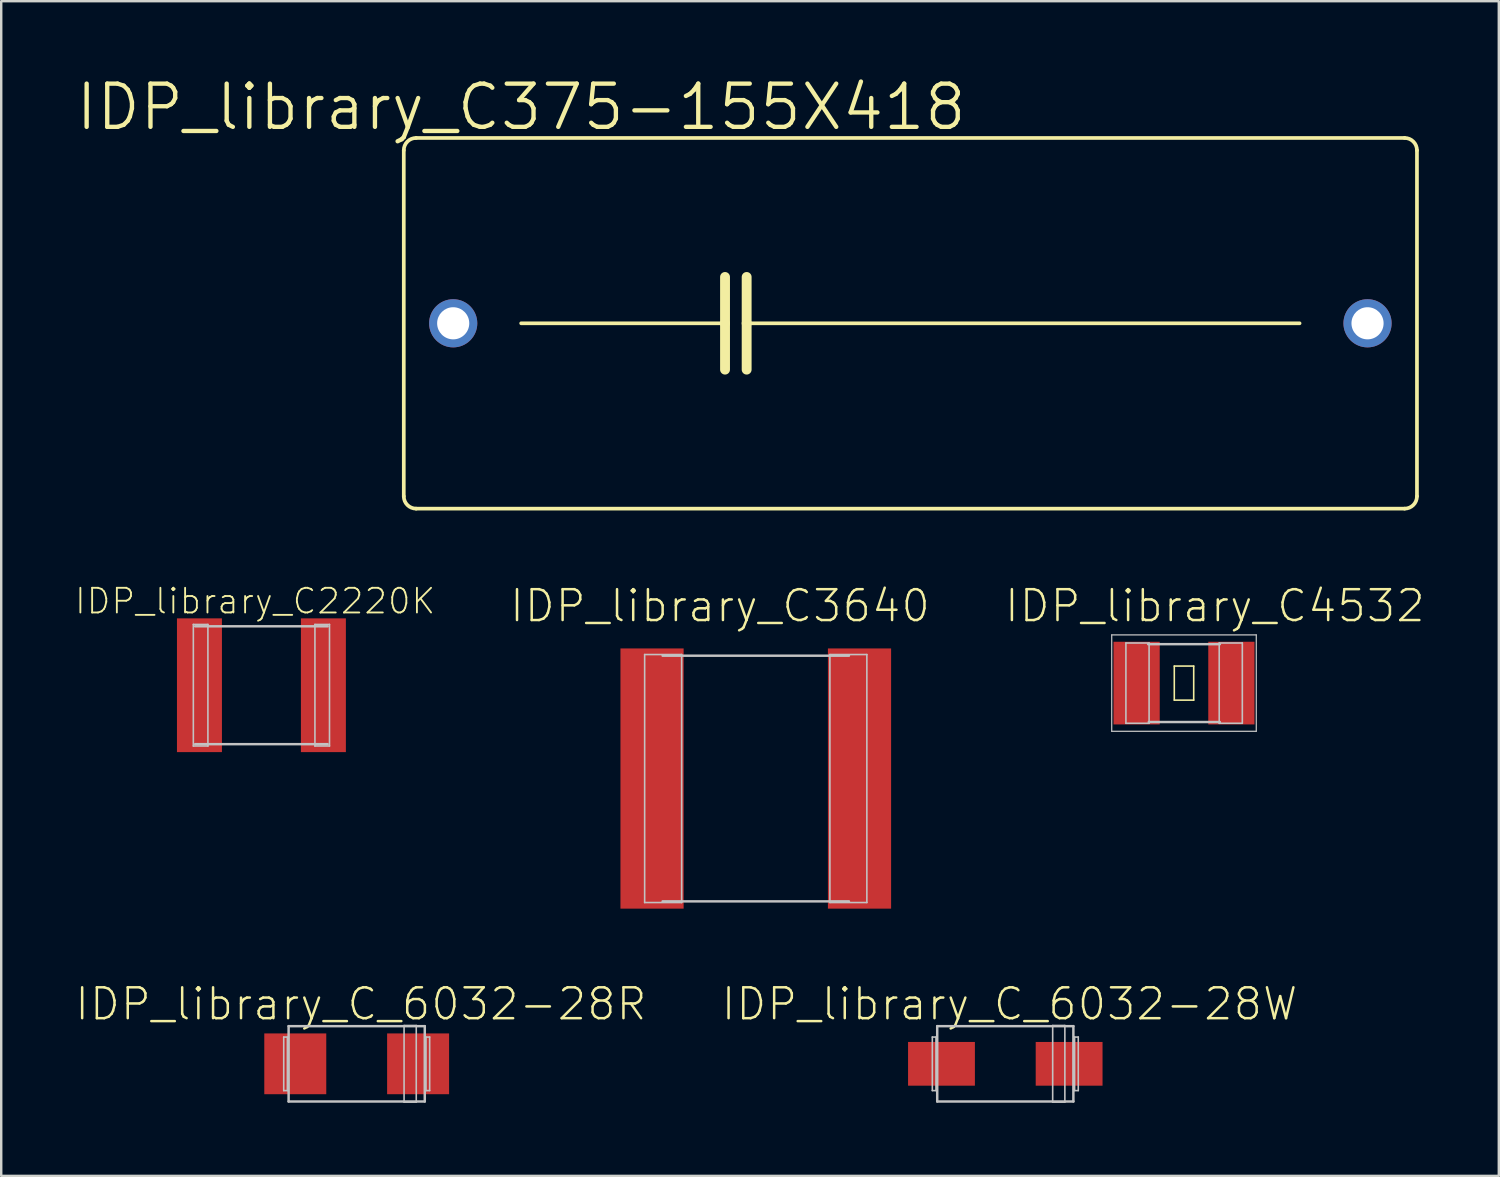
<source format=kicad_pcb>
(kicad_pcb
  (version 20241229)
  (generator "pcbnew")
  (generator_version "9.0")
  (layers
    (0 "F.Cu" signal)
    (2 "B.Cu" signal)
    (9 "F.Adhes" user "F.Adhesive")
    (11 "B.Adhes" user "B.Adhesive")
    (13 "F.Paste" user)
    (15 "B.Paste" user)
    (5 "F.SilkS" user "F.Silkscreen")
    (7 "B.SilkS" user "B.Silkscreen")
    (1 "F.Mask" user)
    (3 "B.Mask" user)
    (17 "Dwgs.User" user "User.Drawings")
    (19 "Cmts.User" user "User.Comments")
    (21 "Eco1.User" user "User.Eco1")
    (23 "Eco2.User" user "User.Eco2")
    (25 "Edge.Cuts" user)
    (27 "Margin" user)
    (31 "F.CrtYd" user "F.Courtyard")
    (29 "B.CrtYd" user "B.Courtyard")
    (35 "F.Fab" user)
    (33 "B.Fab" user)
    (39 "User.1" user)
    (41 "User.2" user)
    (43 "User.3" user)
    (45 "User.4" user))
  (footprint "IDP_library_C2220K"
    (layer "F.Cu")
    (at 7.698 25.123)
    (property "Reference" "IDP_library_C2220K" (at -0.259 -3.457 0) (layer "F.SilkS") (effects (font (size 1.016 1.016) (thickness 0.076))))
    (attr smd)
    (fp_line (start -2.799 -2.499) (end -2.2 -2.499) (stroke (width 0.066) (type solid)) (layer "Dwgs.User"))
    (fp_line (start -2.799 2.499) (end -2.799 -2.499) (stroke (width 0.066) (type solid)) (layer "Dwgs.User"))
    (fp_line (start -2.799 2.499) (end -2.2 2.499) (stroke (width 0.066) (type solid)) (layer "Dwgs.User"))
    (fp_line (start -2.723 -2.423) (end 2.723 -2.423) (stroke (width 0.102) (type solid)) (layer "Dwgs.User"))
    (fp_line (start -2.2 2.499) (end -2.2 -2.499) (stroke (width 0.066) (type solid)) (layer "Dwgs.User"))
    (fp_line (start 2.2 -2.499) (end 2.799 -2.499) (stroke (width 0.066) (type solid)) (layer "Dwgs.User"))
    (fp_line (start 2.2 2.499) (end 2.2 -2.499) (stroke (width 0.066) (type solid)) (layer "Dwgs.User"))
    (fp_line (start 2.2 2.499) (end 2.799 2.499) (stroke (width 0.066) (type solid)) (layer "Dwgs.User"))
    (fp_line (start 2.723 2.423) (end -2.723 2.423) (stroke (width 0.102) (type solid)) (layer "Dwgs.User"))
    (fp_line (start 2.799 2.499) (end 2.799 -2.499) (stroke (width 0.066) (type solid)) (layer "Dwgs.User"))
    (pad "1" smd rect (at -2.548 0) (size 1.849 5.499) (layers "F.Cu" "F.Mask" "F.Paste"))
    (pad "2" smd rect (at 2.548 0) (size 1.849 5.499) (layers "F.Cu" "F.Mask" "F.Paste")))
  (footprint "IDP_library_C4532"
    (layer "F.Cu")
    (at 45.629 25.035)
    (property "Reference" "IDP_library_C4532" (at 1.27 -3.175 0) (layer "F.SilkS") (effects (font (size 1.27 1.27) (thickness 0.102))))
    (attr smd)
    (fp_line (start -0.399 -0.699) (end 0.399 -0.699) (stroke (width 0.066) (type solid)) (layer "F.SilkS"))
    (fp_line (start -0.399 0.699) (end -0.399 -0.699) (stroke (width 0.066) (type solid)) (layer "F.SilkS"))
    (fp_line (start -0.399 0.699) (end 0.399 0.699) (stroke (width 0.066) (type solid)) (layer "F.SilkS"))
    (fp_line (start 0.399 0.699) (end 0.399 -0.699) (stroke (width 0.066) (type solid)) (layer "F.SilkS"))
    (fp_line (start -2.972 -1.981) (end 2.972 -1.981) (stroke (width 0.051) (type solid)) (layer "Dwgs.User"))
    (fp_line (start -2.972 1.981) (end -2.972 -1.981) (stroke (width 0.051) (type solid)) (layer "Dwgs.User"))
    (fp_line (start -2.388 -1.648) (end -1.435 -1.648) (stroke (width 0.066) (type solid)) (layer "Dwgs.User"))
    (fp_line (start -2.388 1.651) (end -2.388 -1.648) (stroke (width 0.066) (type solid)) (layer "Dwgs.User"))
    (fp_line (start -2.388 1.651) (end -1.435 1.651) (stroke (width 0.066) (type solid)) (layer "Dwgs.User"))
    (fp_line (start -1.473 -1.6) (end 1.473 -1.6) (stroke (width 0.102) (type solid)) (layer "Dwgs.User"))
    (fp_line (start -1.448 1.6) (end 1.473 1.6) (stroke (width 0.102) (type solid)) (layer "Dwgs.User"))
    (fp_line (start -1.435 1.651) (end -1.435 -1.648) (stroke (width 0.066) (type solid)) (layer "Dwgs.User"))
    (fp_line (start 1.448 -1.648) (end 2.398 -1.648) (stroke (width 0.066) (type solid)) (layer "Dwgs.User"))
    (fp_line (start 1.448 1.651) (end 1.448 -1.648) (stroke (width 0.066) (type solid)) (layer "Dwgs.User"))
    (fp_line (start 1.448 1.651) (end 2.398 1.651) (stroke (width 0.066) (type solid)) (layer "Dwgs.User"))
    (fp_line (start 2.398 1.651) (end 2.398 -1.648) (stroke (width 0.066) (type solid)) (layer "Dwgs.User"))
    (fp_line (start 2.972 -1.981) (end 2.972 1.981) (stroke (width 0.051) (type solid)) (layer "Dwgs.User"))
    (fp_line (start 2.972 1.981) (end -2.972 1.981) (stroke (width 0.051) (type solid)) (layer "Dwgs.User"))
    (pad "1" smd rect (at -1.948 0) (size 1.9 3.399) (layers "F.Cu" "F.Mask" "F.Paste"))
    (pad "2" smd rect (at 1.948 0) (size 1.9 3.399) (layers "F.Cu" "F.Mask" "F.Paste")))
  (footprint "IDP_library_C_6032-28W"
    (layer "F.Cu")
    (at 38.282 40.688)
    (property "Reference" "IDP_library_C_6032-28W" (at 0.173 -2.459 0) (layer "F.SilkS") (effects (font (size 1.27 1.27) (thickness 0.102))))
    (attr smd)
    (fp_line (start -3 -1.1) (end -2.85 -1.1) (stroke (width 0.066) (type solid)) (layer "Dwgs.User"))
    (fp_line (start -3 1.1) (end -3 -1.1) (stroke (width 0.066) (type solid)) (layer "Dwgs.User"))
    (fp_line (start -3 1.1) (end -2.85 1.1) (stroke (width 0.066) (type solid)) (layer "Dwgs.User"))
    (fp_line (start -2.85 1.1) (end -2.85 -1.1) (stroke (width 0.066) (type solid)) (layer "Dwgs.User"))
    (fp_line (start -2.799 -1.549) (end 2.799 -1.549) (stroke (width 0.102) (type solid)) (layer "Dwgs.User"))
    (fp_line (start -2.799 1.549) (end -2.799 -1.549) (stroke (width 0.102) (type solid)) (layer "Dwgs.User"))
    (fp_line (start 1.948 -1.575) (end 2.449 -1.575) (stroke (width 0.066) (type solid)) (layer "Dwgs.User"))
    (fp_line (start 1.948 1.575) (end 1.948 -1.575) (stroke (width 0.066) (type solid)) (layer "Dwgs.User"))
    (fp_line (start 1.948 1.575) (end 2.449 1.575) (stroke (width 0.066) (type solid)) (layer "Dwgs.User"))
    (fp_line (start 2.449 1.575) (end 2.449 -1.575) (stroke (width 0.066) (type solid)) (layer "Dwgs.User"))
    (fp_line (start 2.799 -1.549) (end 2.799 1.549) (stroke (width 0.102) (type solid)) (layer "Dwgs.User"))
    (fp_line (start 2.799 1.549) (end -2.799 1.549) (stroke (width 0.102) (type solid)) (layer "Dwgs.User"))
    (fp_line (start 2.85 -1.1) (end 3 -1.1) (stroke (width 0.066) (type solid)) (layer "Dwgs.User"))
    (fp_line (start 2.85 1.1) (end 2.85 -1.1) (stroke (width 0.066) (type solid)) (layer "Dwgs.User"))
    (fp_line (start 2.85 1.1) (end 3 1.1) (stroke (width 0.066) (type solid)) (layer "Dwgs.User"))
    (fp_line (start 3 1.1) (end 3 -1.1) (stroke (width 0.066) (type solid)) (layer "Dwgs.User"))
    (pad "+" smd rect (at 2.624 0) (size 2.748 1.798) (layers "F.Cu" "F.Mask" "F.Paste"))
    (pad "-" smd rect (at -2.624 0) (size 2.748 1.798) (layers "F.Cu" "F.Mask" "F.Paste")))
  (footprint "IDP_library_C375-155X418"
    (layer "F.Cu")
    (at 34.379 10.242)
    (property "Reference" "IDP_library_C375-155X418" (at -16.002 -8.89 0) (layer "F.SilkS") (effects (font (size 1.778 1.778) (thickness 0.178))))
    (attr exclude_from_pos_files exclude_from_bom)
    (fp_line (start -20.828 7.112) (end -20.828 -7.112) (stroke (width 0.152) (type solid)) (layer "F.SilkS"))
    (fp_line (start -20.32 -7.62) (end 20.32 -7.62) (stroke (width 0.152) (type solid)) (layer "F.SilkS"))
    (fp_line (start -16.002 0) (end -7.62 0) (stroke (width 0.152) (type solid)) (layer "F.SilkS"))
    (fp_line (start -7.62 -1.905) (end -7.62 0) (stroke (width 0.406) (type solid)) (layer "F.SilkS"))
    (fp_line (start -7.62 0) (end -7.62 1.905) (stroke (width 0.406) (type solid)) (layer "F.SilkS"))
    (fp_line (start -6.731 -1.905) (end -6.731 0) (stroke (width 0.406) (type solid)) (layer "F.SilkS"))
    (fp_line (start -6.731 0) (end -6.731 1.905) (stroke (width 0.406) (type solid)) (layer "F.SilkS"))
    (fp_line (start -6.731 0) (end 16.002 0) (stroke (width 0.152) (type solid)) (layer "F.SilkS"))
    (fp_line (start 20.32 7.62) (end -20.32 7.62) (stroke (width 0.152) (type solid)) (layer "F.SilkS"))
    (fp_line (start 20.828 -7.112) (end 20.828 7.112) (stroke (width 0.152) (type solid)) (layer "F.SilkS"))
    (fp_arc (start -20.828 -7.112) (mid -20.67921 -7.47121) (end -20.32 -7.62) (stroke (width 0.1524) (type solid)) (layer "F.SilkS"))
    (fp_arc (start -20.32 7.62) (mid -20.67921 7.47121) (end -20.828 7.112) (stroke (width 0.1524) (type solid)) (layer "F.SilkS"))
    (fp_arc (start 20.32 -7.62) (mid 20.67921 -7.47121) (end 20.828 -7.112) (stroke (width 0.1524) (type solid)) (layer "F.SilkS"))
    (fp_arc (start 20.828 7.112) (mid 20.67921 7.47121) (end 20.32 7.62) (stroke (width 0.1524) (type solid)) (layer "F.SilkS"))
    (pad "1" thru_hole circle (at -18.796 0) (size 1.981 1.981) (drill 1.321) (layers "*.Cu" "*.Paste" "*.Mask"))
    (pad "2" thru_hole circle (at 18.796 0) (size 1.981 1.981) (drill 1.321) (layers "*.Cu" "*.Paste" "*.Mask")))
  (footprint "IDP_library_C3640"
    (layer "F.Cu")
    (at 28.023 28.959)
    (property "Reference" "IDP_library_C3640" (at -1.471 -7.099 0) (layer "F.SilkS") (effects (font (size 1.27 1.27) (thickness 0.102))))
    (attr smd)
    (fp_line (start -4.569 -5.098) (end -3.048 -5.098) (stroke (width 0.066) (type solid)) (layer "Dwgs.User"))
    (fp_line (start -4.569 5.098) (end -4.569 -5.098) (stroke (width 0.066) (type solid)) (layer "Dwgs.User"))
    (fp_line (start -4.569 5.098) (end -3.048 5.098) (stroke (width 0.066) (type solid)) (layer "Dwgs.User"))
    (fp_line (start -3.83 -5.05) (end 3.83 -5.05) (stroke (width 0.102) (type solid)) (layer "Dwgs.User"))
    (fp_line (start -3.83 5.05) (end 3.83 5.05) (stroke (width 0.102) (type solid)) (layer "Dwgs.User"))
    (fp_line (start -3.048 5.098) (end -3.048 -5.098) (stroke (width 0.066) (type solid)) (layer "Dwgs.User"))
    (fp_line (start 3.048 -5.098) (end 4.567 -5.098) (stroke (width 0.066) (type solid)) (layer "Dwgs.User"))
    (fp_line (start 3.048 5.098) (end 3.048 -5.098) (stroke (width 0.066) (type solid)) (layer "Dwgs.User"))
    (fp_line (start 3.048 5.098) (end 4.567 5.098) (stroke (width 0.066) (type solid)) (layer "Dwgs.User"))
    (fp_line (start 4.567 5.098) (end 4.567 -5.098) (stroke (width 0.066) (type solid)) (layer "Dwgs.User"))
    (pad "1" smd rect (at -4.265 0) (size 2.598 10.698) (layers "F.Cu" "F.Mask" "F.Paste"))
    (pad "2" smd rect (at 4.265 0) (size 2.598 10.698) (layers "F.Cu" "F.Mask" "F.Paste")))
  (footprint "IDP_library_C_6032-28R"
    (layer "F.Cu")
    (at 11.615 40.688)
    (property "Reference" "IDP_library_C_6032-28R" (at 0.173 -2.459 0) (layer "F.SilkS") (effects (font (size 1.27 1.27) (thickness 0.102))))
    (attr smd)
    (fp_line (start -3 -1.1) (end -2.85 -1.1) (stroke (width 0.066) (type solid)) (layer "Dwgs.User"))
    (fp_line (start -3 1.1) (end -3 -1.1) (stroke (width 0.066) (type solid)) (layer "Dwgs.User"))
    (fp_line (start -3 1.1) (end -2.85 1.1) (stroke (width 0.066) (type solid)) (layer "Dwgs.User"))
    (fp_line (start -2.85 1.1) (end -2.85 -1.1) (stroke (width 0.066) (type solid)) (layer "Dwgs.User"))
    (fp_line (start -2.799 -1.549) (end 2.799 -1.549) (stroke (width 0.102) (type solid)) (layer "Dwgs.User"))
    (fp_line (start -2.799 1.549) (end -2.799 -1.549) (stroke (width 0.102) (type solid)) (layer "Dwgs.User"))
    (fp_line (start 1.948 -1.575) (end 2.449 -1.575) (stroke (width 0.066) (type solid)) (layer "Dwgs.User"))
    (fp_line (start 1.948 1.575) (end 1.948 -1.575) (stroke (width 0.066) (type solid)) (layer "Dwgs.User"))
    (fp_line (start 1.948 1.575) (end 2.449 1.575) (stroke (width 0.066) (type solid)) (layer "Dwgs.User"))
    (fp_line (start 2.449 1.575) (end 2.449 -1.575) (stroke (width 0.066) (type solid)) (layer "Dwgs.User"))
    (fp_line (start 2.799 -1.549) (end 2.799 1.549) (stroke (width 0.102) (type solid)) (layer "Dwgs.User"))
    (fp_line (start 2.799 1.549) (end -2.799 1.549) (stroke (width 0.102) (type solid)) (layer "Dwgs.User"))
    (fp_line (start 2.85 -1.1) (end 3 -1.1) (stroke (width 0.066) (type solid)) (layer "Dwgs.User"))
    (fp_line (start 2.85 1.1) (end 2.85 -1.1) (stroke (width 0.066) (type solid)) (layer "Dwgs.User"))
    (fp_line (start 2.85 1.1) (end 3 1.1) (stroke (width 0.066) (type solid)) (layer "Dwgs.User"))
    (fp_line (start 3 1.1) (end 3 -1.1) (stroke (width 0.066) (type solid)) (layer "Dwgs.User"))
    (pad "+" smd rect (at 2.525 0) (size 2.548 2.499) (layers "F.Cu" "F.Mask" "F.Paste"))
    (pad "-" smd rect (at -2.525 0) (size 2.548 2.499) (layers "F.Cu" "F.Mask" "F.Paste")))
  (gr_rect
    (start -3 -3)
    (end 58.572 45.296)
    (stroke (width 0.1) (type default))
    (fill no)
    (layer "Edge.Cuts")))
</source>
